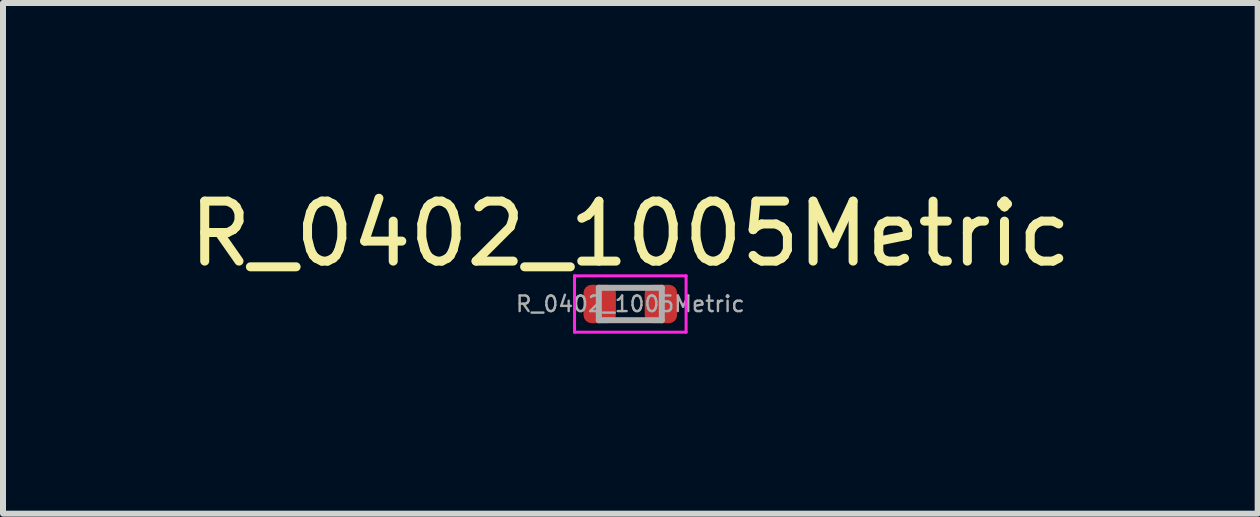
<source format=kicad_pcb>
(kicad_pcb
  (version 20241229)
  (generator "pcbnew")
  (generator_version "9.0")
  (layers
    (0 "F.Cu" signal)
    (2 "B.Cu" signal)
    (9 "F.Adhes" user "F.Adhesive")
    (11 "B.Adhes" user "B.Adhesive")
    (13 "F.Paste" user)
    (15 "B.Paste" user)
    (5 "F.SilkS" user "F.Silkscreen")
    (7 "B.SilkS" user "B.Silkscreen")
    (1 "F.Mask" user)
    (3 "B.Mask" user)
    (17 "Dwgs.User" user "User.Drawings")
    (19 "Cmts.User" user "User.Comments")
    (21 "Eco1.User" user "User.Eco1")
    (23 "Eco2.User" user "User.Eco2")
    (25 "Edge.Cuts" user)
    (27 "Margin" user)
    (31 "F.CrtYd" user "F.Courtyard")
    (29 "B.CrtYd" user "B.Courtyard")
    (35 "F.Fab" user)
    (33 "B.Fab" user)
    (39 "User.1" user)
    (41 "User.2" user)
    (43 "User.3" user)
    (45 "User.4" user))
  (footprint "R_0402_1005Metric"
    (layer "F.Cu")
    (at 7.458 2.018)
    (property "Reference" "R_0402_1005Metric" (at 0 -1.17 0) (layer "F.SilkS") (effects (font (size 1 1) (thickness 0.15))))
    (attr smd)
    (fp_line (start -0.93 -0.47) (end 0.93 -0.47) (stroke (width 0.05) (type solid)) (layer "F.CrtYd"))
    (fp_line (start -0.93 0.47) (end -0.93 -0.47) (stroke (width 0.05) (type solid)) (layer "F.CrtYd"))
    (fp_line (start 0.93 -0.47) (end 0.93 0.47) (stroke (width 0.05) (type solid)) (layer "F.CrtYd"))
    (fp_line (start 0.93 0.47) (end -0.93 0.47) (stroke (width 0.05) (type solid)) (layer "F.CrtYd"))
    (fp_line (start -0.525 -0.27) (end 0.525 -0.27) (stroke (width 0.1) (type solid)) (layer "F.Fab"))
    (fp_line (start -0.525 0.27) (end -0.525 -0.27) (stroke (width 0.1) (type solid)) (layer "F.Fab"))
    (fp_line (start 0.525 -0.27) (end 0.525 0.27) (stroke (width 0.1) (type solid)) (layer "F.Fab"))
    (fp_line (start 0.525 0.27) (end -0.525 0.27) (stroke (width 0.1) (type solid)) (layer "F.Fab"))
    (fp_text user "${REFERENCE}" (at 0 0 0) (layer "F.Fab") (effects (font (size 0.26 0.26) (thickness 0.04))))
    (pad "1" smd roundrect (at -0.51 0) (size 0.54 0.64) (layers "F.Cu" "F.Mask" "F.Paste") (roundrect_rratio 0.25))
    (pad "2" smd roundrect (at 0.51 0) (size 0.54 0.64) (layers "F.Cu" "F.Mask" "F.Paste") (roundrect_rratio 0.25)))
  (gr_rect
    (start -3 -3)
    (end 17.917 5.513)
    (stroke (width 0.1) (type default))
    (fill no)
    (layer "Edge.Cuts")))
</source>
